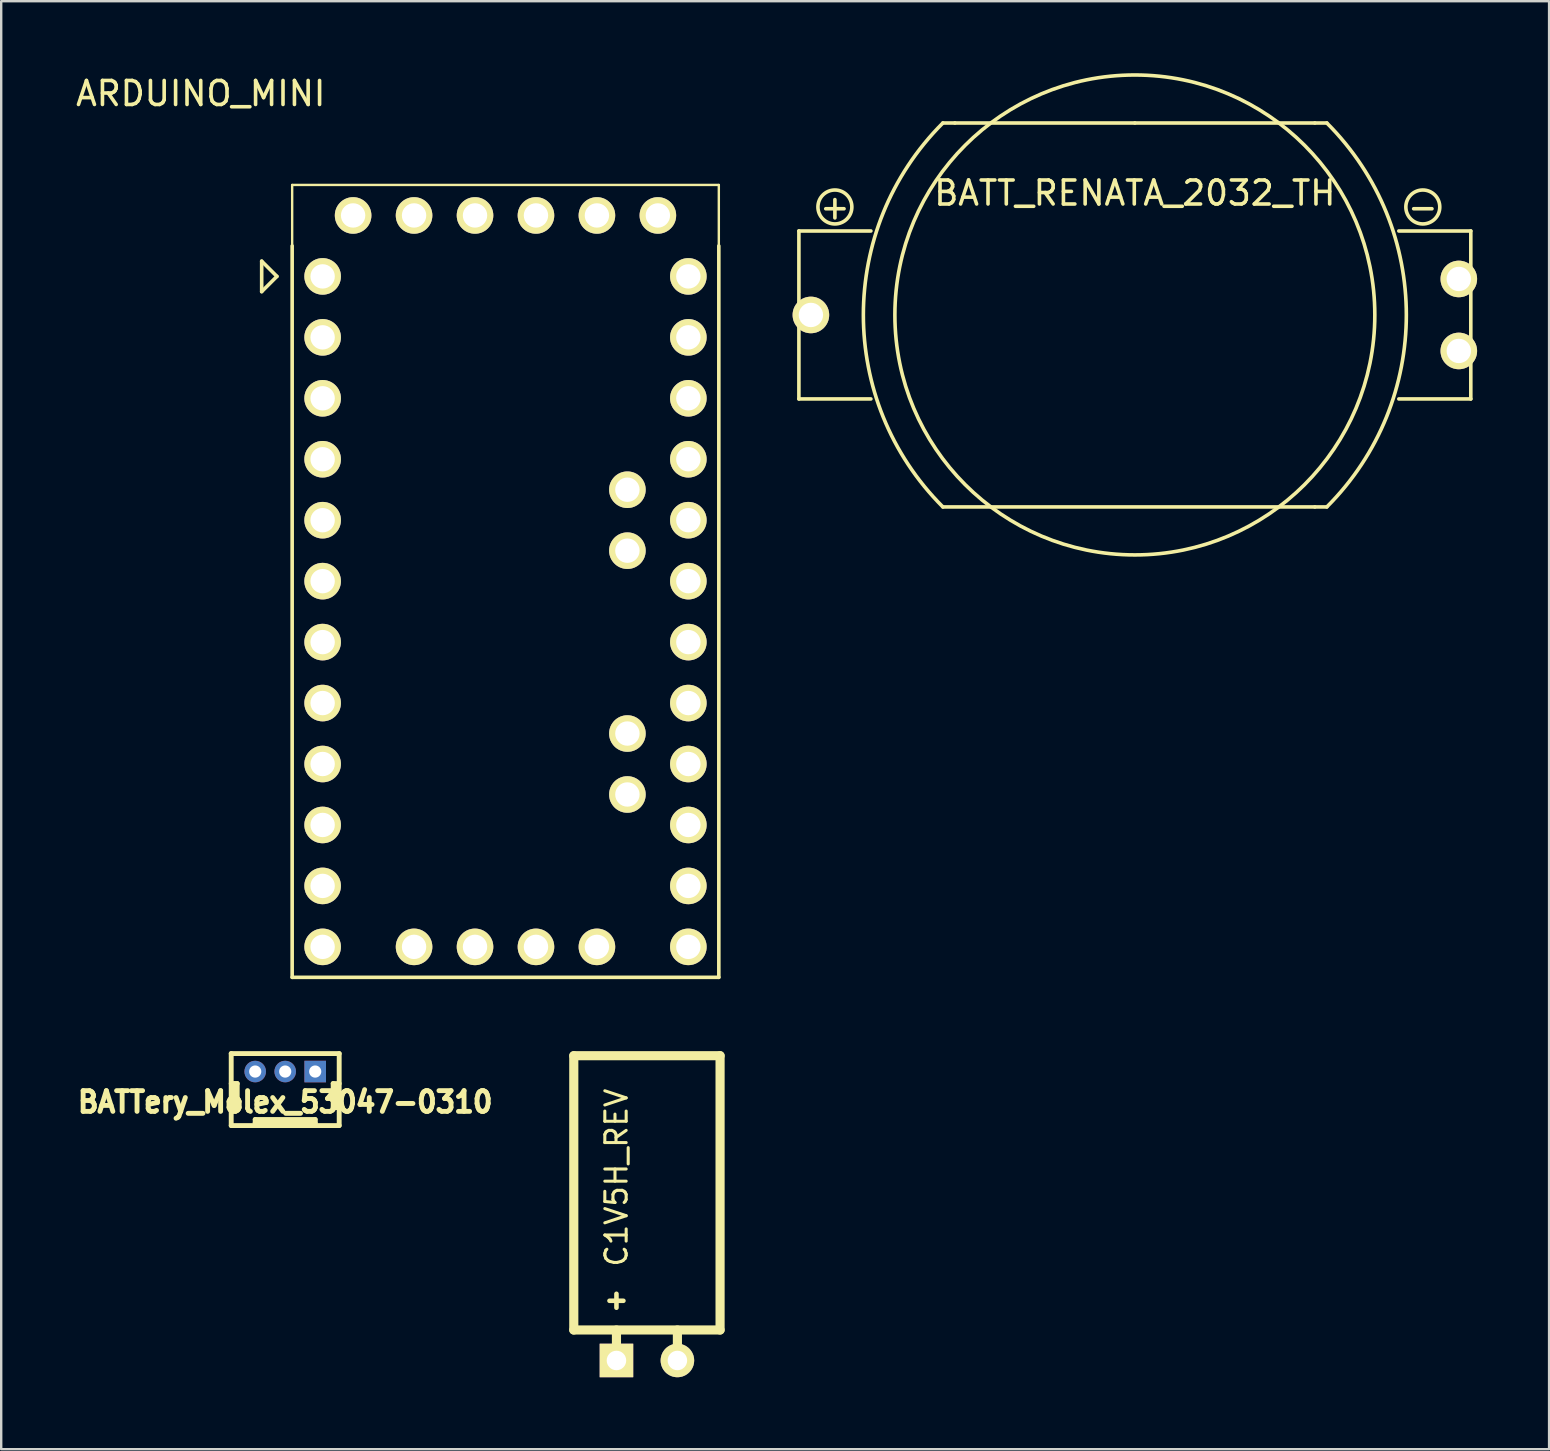
<source format=kicad_pcb>
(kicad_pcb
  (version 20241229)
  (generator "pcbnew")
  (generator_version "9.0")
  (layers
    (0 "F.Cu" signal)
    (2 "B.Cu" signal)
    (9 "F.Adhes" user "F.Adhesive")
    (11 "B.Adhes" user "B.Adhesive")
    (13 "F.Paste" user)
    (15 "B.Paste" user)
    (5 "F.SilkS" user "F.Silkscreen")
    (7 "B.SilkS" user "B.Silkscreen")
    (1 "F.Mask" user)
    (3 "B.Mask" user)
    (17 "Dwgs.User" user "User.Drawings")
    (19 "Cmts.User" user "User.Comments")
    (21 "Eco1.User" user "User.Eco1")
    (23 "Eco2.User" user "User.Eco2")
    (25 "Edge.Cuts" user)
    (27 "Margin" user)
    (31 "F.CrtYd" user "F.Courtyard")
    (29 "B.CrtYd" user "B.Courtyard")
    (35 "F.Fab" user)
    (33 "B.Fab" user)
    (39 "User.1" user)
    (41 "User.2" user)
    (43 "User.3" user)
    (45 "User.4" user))
  (footprint "ARDUINO_MINI"
    (layer "F.Cu")
    (at 10.395 8.468)
    (property "Reference" "ARDUINO_MINI" (at -5.08 -7.62 0) (layer "F.SilkS") (effects (font (size 1 1) (thickness 0.15))))
    (attr through_hole)
    (fp_line (start -2.54 -0.635) (end -2.54 0.635) (stroke (width 0.15) (type solid)) (layer "F.SilkS"))
    (fp_line (start -2.54 0.635) (end -1.905 0) (stroke (width 0.15) (type solid)) (layer "F.SilkS"))
    (fp_line (start -1.905 0) (end -2.54 -0.635) (stroke (width 0.15) (type solid)) (layer "F.SilkS"))
    (fp_line (start -1.27 -3.81) (end 16.51 -3.81) (stroke (width 0.1) (type solid)) (layer "F.SilkS"))
    (fp_line (start -1.27 -1.27) (end -1.27 -3.81) (stroke (width 0.1) (type solid)) (layer "F.SilkS"))
    (fp_line (start -1.27 29.21) (end -1.27 -1.27) (stroke (width 0.15) (type solid)) (layer "F.SilkS"))
    (fp_line (start 16.51 -3.81) (end 16.51 -1.27) (stroke (width 0.1) (type solid)) (layer "F.SilkS"))
    (fp_line (start 16.51 -1.27) (end 16.51 29.21) (stroke (width 0.15) (type solid)) (layer "F.SilkS"))
    (fp_line (start 16.51 29.21) (end -1.27 29.21) (stroke (width 0.15) (type solid)) (layer "F.SilkS"))
    (pad "" thru_hole circle (at 3.81 -2.54) (size 1.524 1.524) (drill 1.016) (layers "*.Cu" "*.Mask" "F.SilkS"))
    (pad "+5V" thru_hole circle (at 6.35 -2.54) (size 1.524 1.524) (drill 1.016) (layers "*.Cu" "*.Mask" "F.SilkS"))
    (pad "+5V" thru_hole circle (at 15.24 7.62) (size 1.524 1.524) (drill 1.016) (layers "*.Cu" "*.Mask" "F.SilkS"))
    (pad "0" thru_hole circle (at 0 2.54) (size 1.524 1.524) (drill 1.016) (layers "*.Cu" "*.Mask" "F.SilkS"))
    (pad "1" thru_hole circle (at 0 0) (size 1.524 1.524) (drill 1.016) (layers "*.Cu" "*.Mask" "F.SilkS"))
    (pad "2" thru_hole circle (at 0 10.16) (size 1.524 1.524) (drill 1.016) (layers "*.Cu" "*.Mask" "F.SilkS"))
    (pad "3" thru_hole circle (at 0 12.7) (size 1.524 1.524) (drill 1.016) (layers "*.Cu" "*.Mask" "F.SilkS"))
    (pad "4" thru_hole circle (at 0 15.24) (size 1.524 1.524) (drill 1.016) (layers "*.Cu" "*.Mask" "F.SilkS"))
    (pad "5" thru_hole circle (at 0 17.78) (size 1.524 1.524) (drill 1.016) (layers "*.Cu" "*.Mask" "F.SilkS"))
    (pad "6" thru_hole circle (at 0 20.32) (size 1.524 1.524) (drill 1.016) (layers "*.Cu" "*.Mask" "F.SilkS"))
    (pad "7" thru_hole circle (at 0 22.86) (size 1.524 1.524) (drill 1.016) (layers "*.Cu" "*.Mask" "F.SilkS"))
    (pad "8" thru_hole circle (at 0 25.4) (size 1.524 1.524) (drill 1.016) (layers "*.Cu" "*.Mask" "F.SilkS"))
    (pad "9" thru_hole circle (at 0 27.94) (size 1.524 1.524) (drill 1.016) (layers "*.Cu" "*.Mask" "F.SilkS"))
    (pad "10" thru_hole circle (at 15.24 27.94) (size 1.524 1.524) (drill 1.016) (layers "*.Cu" "*.Mask" "F.SilkS"))
    (pad "11" thru_hole circle (at 15.24 25.4) (size 1.524 1.524) (drill 1.016) (layers "*.Cu" "*.Mask" "F.SilkS"))
    (pad "12" thru_hole circle (at 15.24 22.86) (size 1.524 1.524) (drill 1.016) (layers "*.Cu" "*.Mask" "F.SilkS"))
    (pad "13" thru_hole circle (at 15.24 20.32) (size 1.524 1.524) (drill 1.016) (layers "*.Cu" "*.Mask" "F.SilkS"))
    (pad "A0" thru_hole circle (at 15.24 17.78) (size 1.524 1.524) (drill 1.016) (layers "*.Cu" "*.Mask" "F.SilkS"))
    (pad "A1" thru_hole circle (at 15.24 15.24) (size 1.524 1.524) (drill 1.016) (layers "*.Cu" "*.Mask" "F.SilkS"))
    (pad "A2" thru_hole circle (at 15.24 12.7) (size 1.524 1.524) (drill 1.016) (layers "*.Cu" "*.Mask" "F.SilkS"))
    (pad "A3" thru_hole circle (at 15.24 10.16) (size 1.524 1.524) (drill 1.016) (layers "*.Cu" "*.Mask" "F.SilkS"))
    (pad "A4" thru_hole circle (at 3.81 27.94) (size 1.524 1.524) (drill 1.016) (layers "*.Cu" "*.Mask" "F.SilkS"))
    (pad "A4" thru_hole circle (at 12.7 11.43) (size 1.524 1.524) (drill 1.016) (layers "*.Cu" "*.Mask" "F.SilkS"))
    (pad "A5" thru_hole circle (at 6.35 27.94) (size 1.524 1.524) (drill 1.016) (layers "*.Cu" "*.Mask" "F.SilkS"))
    (pad "A5" thru_hole circle (at 12.7 8.89) (size 1.524 1.524) (drill 1.016) (layers "*.Cu" "*.Mask" "F.SilkS"))
    (pad "A6" thru_hole circle (at 8.89 27.94) (size 1.524 1.524) (drill 1.016) (layers "*.Cu" "*.Mask" "F.SilkS"))
    (pad "A6" thru_hole circle (at 12.7 21.59) (size 1.524 1.524) (drill 1.016) (layers "*.Cu" "*.Mask" "F.SilkS"))
    (pad "A7" thru_hole circle (at 11.43 27.94) (size 1.524 1.524) (drill 1.016) (layers "*.Cu" "*.Mask" "F.SilkS"))
    (pad "A7" thru_hole circle (at 12.7 19.05) (size 1.524 1.524) (drill 1.016) (layers "*.Cu" "*.Mask" "F.SilkS"))
    (pad "GND" thru_hole circle (at 0 7.62) (size 1.524 1.524) (drill 1.016) (layers "*.Cu" "*.Mask" "F.SilkS"))
    (pad "GND" thru_hole circle (at 1.27 -2.54) (size 1.524 1.524) (drill 1.016) (layers "*.Cu" "*.Mask" "F.SilkS"))
    (pad "GND" thru_hole circle (at 15.24 2.54) (size 1.524 1.524) (drill 1.016) (layers "*.Cu" "*.Mask" "F.SilkS"))
    (pad "IO7" thru_hole circle (at 13.97 -2.54) (size 1.524 1.524) (drill 1.016) (layers "*.Cu" "*.Mask" "F.SilkS"))
    (pad "RST" thru_hole circle (at 0 5.08) (size 1.524 1.524) (drill 1.016) (layers "*.Cu" "*.Mask" "F.SilkS"))
    (pad "RST" thru_hole circle (at 15.24 5.08) (size 1.524 1.524) (drill 1.016) (layers "*.Cu" "*.Mask" "F.SilkS"))
    (pad "RX" thru_hole circle (at 8.89 -2.54) (size 1.524 1.524) (drill 1.016) (layers "*.Cu" "*.Mask" "F.SilkS"))
    (pad "TX" thru_hole circle (at 11.43 -2.54) (size 1.524 1.524) (drill 1.016) (layers "*.Cu" "*.Mask" "F.SilkS"))
    (pad "VIN" thru_hole circle (at 15.24 0) (size 1.524 1.524) (drill 1.016) (layers "*.Cu" "*.Mask" "F.SilkS")))
  (footprint "BATT_RENATA_2032_TH"
    (layer "F.Cu")
    (at 44.242 10.075)
    (property "Reference" "BATT_RENATA_2032_TH" (at 0 -5.08 0) (layer "F.SilkS") (effects (font (size 1 1) (thickness 0.15))))
    (attr through_hole)
    (fp_line (start -14 -3.5) (end -11 -3.5) (stroke (width 0.15) (type solid)) (layer "F.SilkS"))
    (fp_line (start -14 3.5) (end -14 -3.5) (stroke (width 0.15) (type solid)) (layer "F.SilkS"))
    (fp_line (start -14 3.5) (end -11 3.5) (stroke (width 0.15) (type solid)) (layer "F.SilkS"))
    (fp_line (start -8 8) (end 7.5 8) (stroke (width 0.15) (type solid)) (layer "F.SilkS"))
    (fp_line (start -7.5 -8) (end -8 -8) (stroke (width 0.15) (type solid)) (layer "F.SilkS"))
    (fp_line (start 0 -8) (end -7.5 -8) (stroke (width 0.15) (type solid)) (layer "F.SilkS"))
    (fp_line (start 0 -8) (end 7.5 -8) (stroke (width 0.15) (type solid)) (layer "F.SilkS"))
    (fp_line (start 8 -8) (end 7.5 -8) (stroke (width 0.15) (type solid)) (layer "F.SilkS"))
    (fp_line (start 8 8) (end 7.5 8) (stroke (width 0.15) (type solid)) (layer "F.SilkS"))
    (fp_line (start 14 -3.5) (end 11 -3.5) (stroke (width 0.15) (type solid)) (layer "F.SilkS"))
    (fp_line (start 14 -3.5) (end 14 3.5) (stroke (width 0.15) (type solid)) (layer "F.SilkS"))
    (fp_line (start 14 3.5) (end 11 3.5) (stroke (width 0.15) (type solid)) (layer "F.SilkS"))
    (fp_arc (start -8 8) (mid -11.313708 0) (end -8 -8) (stroke (width 0.15) (type solid)) (layer "F.SilkS"))
    (fp_arc (start 8 -8) (mid 11.313708 0) (end 8 8) (stroke (width 0.15) (type solid)) (layer "F.SilkS"))
    (fp_circle (center -12.5 -4.5) (end -12 -4) (stroke (width 0.15) (type solid)) (fill no) (layer "F.SilkS"))
    (fp_circle (center 0 0) (end 10 0) (stroke (width 0.15) (type solid)) (fill no) (layer "F.SilkS"))
    (fp_circle (center 12 -4.5) (end 12.5 -4) (stroke (width 0.15) (type solid)) (fill no) (layer "F.SilkS"))
    (fp_text user "+" (at -12.5 -4.5 0) (layer "F.SilkS") (effects (font (size 1 1) (thickness 0.15))))
    (fp_text user "-" (at 12 -4.5 0) (layer "F.SilkS") (effects (font (size 1 1) (thickness 0.15))))
    (pad "1" thru_hole circle (at -13.5 0) (size 1.524 1.524) (drill 1.016) (layers "*.Cu" "*.Mask" "F.SilkS"))
    (pad "2" thru_hole circle (at 13.5 -1.5) (size 1.524 1.524) (drill 1.016) (layers "*.Cu" "*.Mask" "F.SilkS"))
    (pad "2" thru_hole circle (at 13.5 1.5) (size 1.524 1.524) (drill 1.016) (layers "*.Cu" "*.Mask" "F.SilkS")))
  (footprint "C1V5H_REV"
    (layer "F.Cu")
    (at 23.909 53.644)
    (property "Reference" "C1V5H_REV" (at -1.27 -7.62 90) (layer "F.SilkS") (effects (font (size 0.889 0.889) (thickness 0.127))))
    (attr through_hole)
    (fp_line (start -3.048 -12.7) (end 3.048 -12.7) (stroke (width 0.381) (type solid)) (layer "F.SilkS"))
    (fp_line (start -3.048 -1.27) (end -3.048 -12.7) (stroke (width 0.381) (type solid)) (layer "F.SilkS"))
    (fp_line (start -3.048 -1.27) (end 3.048 -1.27) (stroke (width 0.381) (type solid)) (layer "F.SilkS"))
    (fp_line (start -1.27 -1.27) (end -1.27 0) (stroke (width 0.381) (type solid)) (layer "F.SilkS"))
    (fp_line (start 1.27 -1.27) (end 1.27 0) (stroke (width 0.381) (type solid)) (layer "F.SilkS"))
    (fp_line (start 3.048 -12.7) (end 3.048 -1.27) (stroke (width 0.381) (type solid)) (layer "F.SilkS"))
    (fp_text user "+" (at -1.27 -2.54 0) (layer "F.SilkS") (effects (font (size 0.762 0.762) (thickness 0.191))))
    (pad "1" thru_hole rect (at -1.27 0) (size 1.397 1.397) (drill 0.813) (layers "*.Cu" "*.Mask" "F.SilkS"))
    (pad "2" thru_hole circle (at 1.27 0) (size 1.397 1.397) (drill 0.813) (layers "*.Cu" "*.Mask" "F.SilkS")))
  (footprint "BATTery_Molex_53047-0310"
    (layer "F.Cu")
    (at 8.835 41.604)
    (property "Reference" "BATTery_Molex_53047-0310" (at 0 1.27 0) (layer "F.SilkS") (effects (font (size 0.864 0.813) (thickness 0.203))))
    (attr through_hole)
    (fp_line (start -2.25 -0.749) (end -2.25 2.25) (stroke (width 0.203) (type solid)) (layer "F.SilkS"))
    (fp_line (start -2.25 0.5) (end -1.999 0.5) (stroke (width 0.203) (type solid)) (layer "F.SilkS"))
    (fp_line (start -2.25 2.25) (end 2.25 2.25) (stroke (width 0.203) (type solid)) (layer "F.SilkS"))
    (fp_line (start -2.101 0.5) (end -2.101 1.501) (stroke (width 0.203) (type solid)) (layer "F.SilkS"))
    (fp_line (start -1.999 0.5) (end -1.999 1.501) (stroke (width 0.203) (type solid)) (layer "F.SilkS"))
    (fp_line (start -1.999 1.501) (end -2.25 1.501) (stroke (width 0.203) (type solid)) (layer "F.SilkS"))
    (fp_line (start -1.25 1.999) (end 1.25 1.999) (stroke (width 0.203) (type solid)) (layer "F.SilkS"))
    (fp_line (start -1.25 2.25) (end -1.25 1.999) (stroke (width 0.203) (type solid)) (layer "F.SilkS"))
    (fp_line (start 1.25 1.999) (end 1.25 2.25) (stroke (width 0.203) (type solid)) (layer "F.SilkS"))
    (fp_line (start 1.25 2.126) (end -1.25 2.126) (stroke (width 0.203) (type solid)) (layer "F.SilkS"))
    (fp_line (start 1.999 0.5) (end 2.25 0.5) (stroke (width 0.203) (type solid)) (layer "F.SilkS"))
    (fp_line (start 1.999 1.501) (end 1.999 0.5) (stroke (width 0.203) (type solid)) (layer "F.SilkS"))
    (fp_line (start 2.149 1.45) (end 2.149 0.551) (stroke (width 0.203) (type solid)) (layer "F.SilkS"))
    (fp_line (start 2.25 -0.749) (end -2.25 -0.749) (stroke (width 0.203) (type solid)) (layer "F.SilkS"))
    (fp_line (start 2.25 1.501) (end 1.999 1.501) (stroke (width 0.203) (type solid)) (layer "F.SilkS"))
    (fp_line (start 2.25 2.25) (end 2.25 -0.749) (stroke (width 0.203) (type solid)) (layer "F.SilkS"))
    (pad "1" thru_hole rect (at 1.25 0) (size 0.899 0.899) (drill 0.508) (layers "*.Cu" "*.Mask"))
    (pad "2" thru_hole circle (at 0 0) (size 0.899 0.899) (drill 0.508) (layers "*.Cu" "*.Mask"))
    (pad "3" thru_hole circle (at -1.25 0) (size 0.899 0.899) (drill 0.508) (layers "*.Cu" "*.Mask")))
  (gr_rect
    (start -3 -3)
    (end 61.504 57.342)
    (stroke (width 0.1) (type default))
    (fill no)
    (layer "Edge.Cuts")))
</source>
